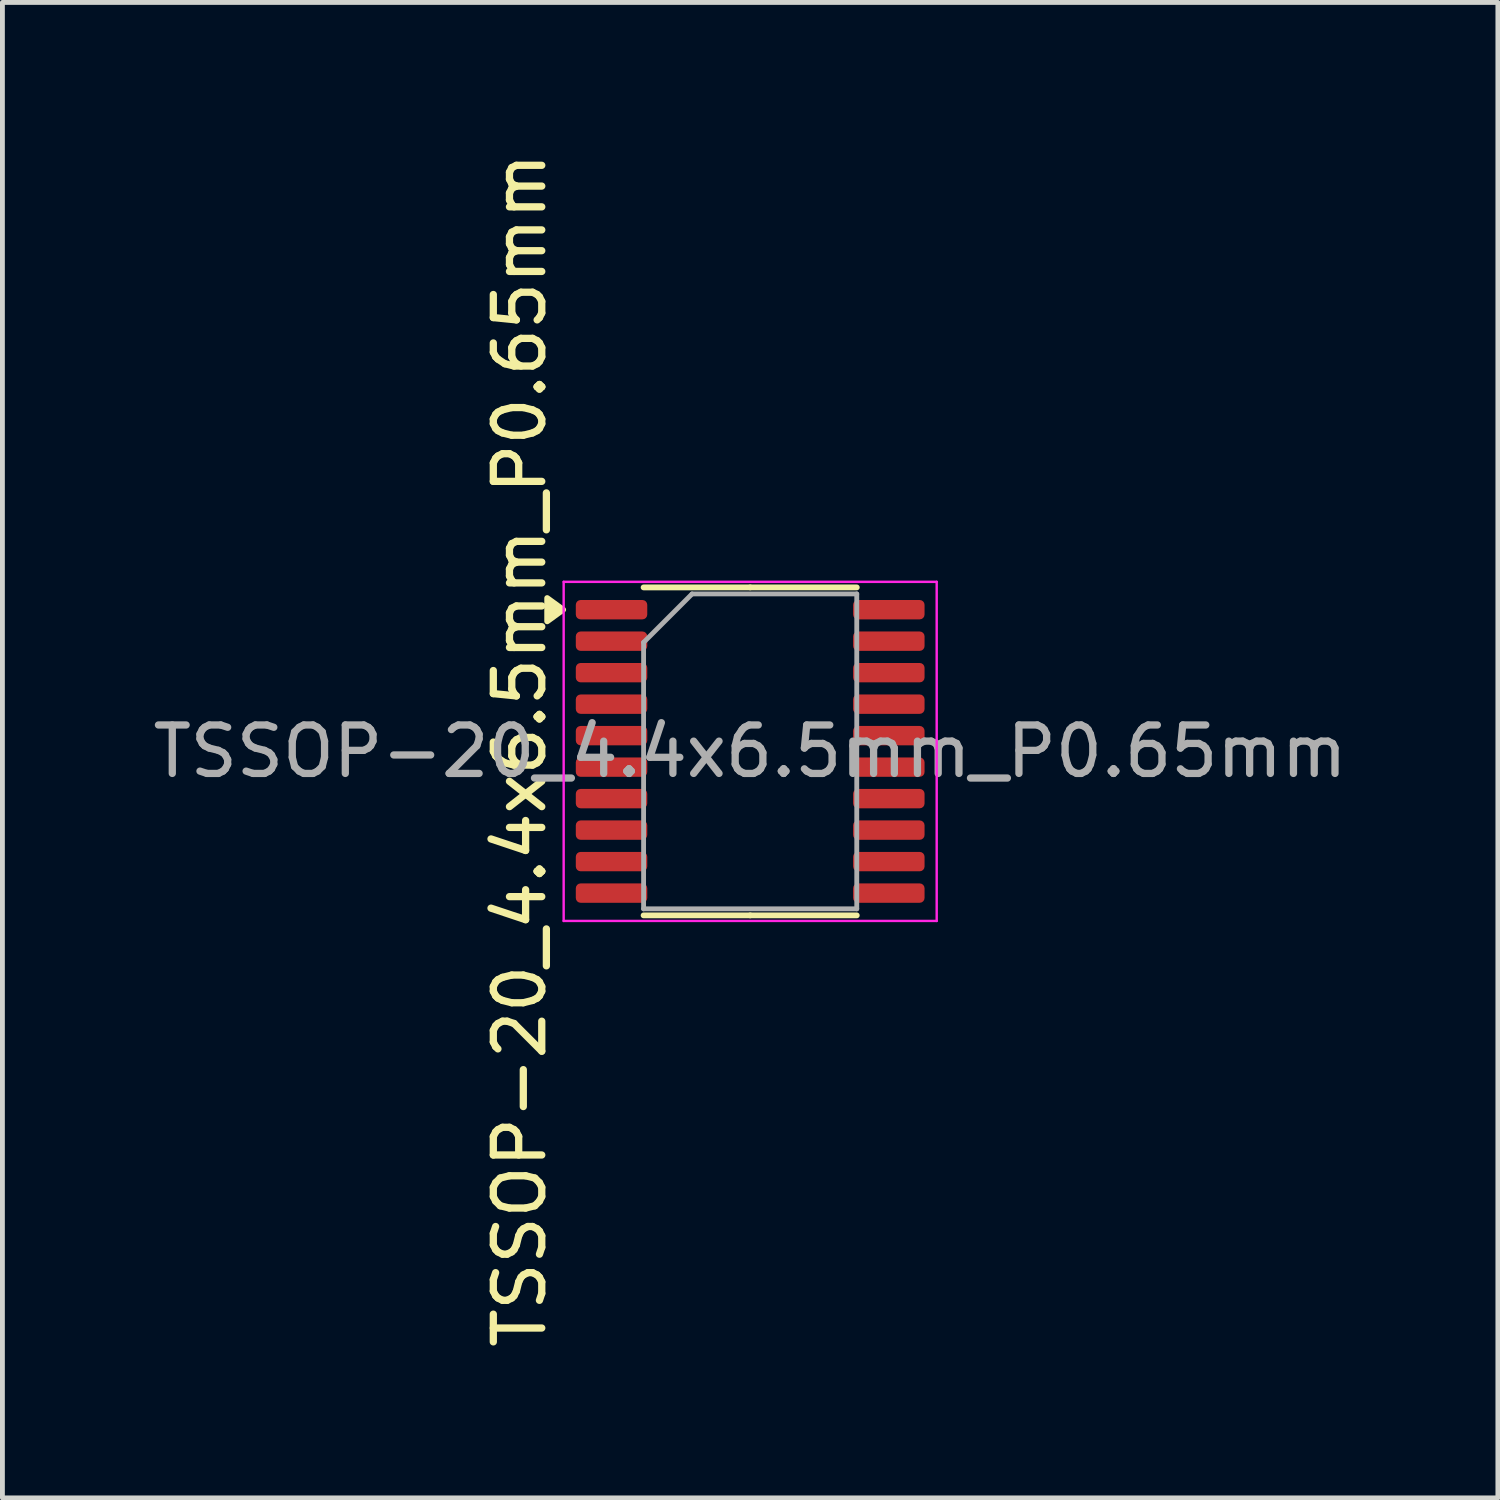
<source format=kicad_pcb>
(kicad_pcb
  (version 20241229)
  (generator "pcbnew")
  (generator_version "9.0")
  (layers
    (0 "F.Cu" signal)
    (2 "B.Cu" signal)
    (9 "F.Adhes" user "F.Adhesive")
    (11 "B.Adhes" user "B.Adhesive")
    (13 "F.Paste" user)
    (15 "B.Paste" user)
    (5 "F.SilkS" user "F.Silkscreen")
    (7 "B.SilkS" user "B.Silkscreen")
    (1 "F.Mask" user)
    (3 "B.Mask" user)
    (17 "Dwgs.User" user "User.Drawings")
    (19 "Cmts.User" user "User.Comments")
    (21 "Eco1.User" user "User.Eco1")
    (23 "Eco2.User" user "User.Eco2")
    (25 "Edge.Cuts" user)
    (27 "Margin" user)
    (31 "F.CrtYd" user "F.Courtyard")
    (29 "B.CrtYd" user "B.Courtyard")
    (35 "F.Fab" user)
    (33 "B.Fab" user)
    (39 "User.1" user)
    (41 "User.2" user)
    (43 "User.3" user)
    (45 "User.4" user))
  (footprint "TSSOP-20_4.4x6.5mm_P0.65mm"
    (layer "F.Cu")
    (at 12.435 12.46)
    (property "Reference" "TSSOP-20_4.4x6.5mm_P0.65mm" (at -4.757 -0.026 270) (layer "F.SilkS") (effects (font (size 1 1) (thickness 0.15))))
    (attr smd)
    (fp_line (start 0 -3.385) (end -2.2 -3.385) (stroke (width 0.12) (type solid)) (layer "F.SilkS"))
    (fp_line (start 0 -3.385) (end 2.2 -3.385) (stroke (width 0.12) (type solid)) (layer "F.SilkS"))
    (fp_line (start 0 3.385) (end -2.2 3.385) (stroke (width 0.12) (type solid)) (layer "F.SilkS"))
    (fp_line (start 0 3.385) (end 2.2 3.385) (stroke (width 0.12) (type solid)) (layer "F.SilkS"))
    (fp_poly (pts (xy -3.86 -2.925) (xy -4.19 -3.165) (xy -4.19 -2.685) (xy -3.86 -2.925)) (stroke (width 0.12) (type solid)) (fill yes) (layer "F.SilkS"))
    (fp_line (start -3.85 -3.5) (end -3.85 3.5) (stroke (width 0.05) (type solid)) (layer "F.CrtYd"))
    (fp_line (start -3.85 3.5) (end 3.85 3.5) (stroke (width 0.05) (type solid)) (layer "F.CrtYd"))
    (fp_line (start 3.85 -3.5) (end -3.85 -3.5) (stroke (width 0.05) (type solid)) (layer "F.CrtYd"))
    (fp_line (start 3.85 3.5) (end 3.85 -3.5) (stroke (width 0.05) (type solid)) (layer "F.CrtYd"))
    (fp_line (start -2.2 -2.25) (end -1.2 -3.25) (stroke (width 0.1) (type solid)) (layer "F.Fab"))
    (fp_line (start -2.2 3.25) (end -2.2 -2.25) (stroke (width 0.1) (type solid)) (layer "F.Fab"))
    (fp_line (start -1.2 -3.25) (end 2.2 -3.25) (stroke (width 0.1) (type solid)) (layer "F.Fab"))
    (fp_line (start 2.2 -3.25) (end 2.2 3.25) (stroke (width 0.1) (type solid)) (layer "F.Fab"))
    (fp_line (start 2.2 3.25) (end -2.2 3.25) (stroke (width 0.1) (type solid)) (layer "F.Fab"))
    (fp_text user "${REFERENCE}" (at 0 0 180) (layer "F.Fab") (effects (font (size 1 1) (thickness 0.15))))
    (pad "1" smd roundrect (at -2.862 -2.925) (size 1.475 0.4) (layers "F.Cu" "F.Mask" "F.Paste") (roundrect_rratio 0.25))
    (pad "2" smd roundrect (at -2.862 -2.275) (size 1.475 0.4) (layers "F.Cu" "F.Mask" "F.Paste") (roundrect_rratio 0.25))
    (pad "3" smd roundrect (at -2.862 -1.625) (size 1.475 0.4) (layers "F.Cu" "F.Mask" "F.Paste") (roundrect_rratio 0.25))
    (pad "4" smd roundrect (at -2.862 -0.975) (size 1.475 0.4) (layers "F.Cu" "F.Mask" "F.Paste") (roundrect_rratio 0.25))
    (pad "5" smd roundrect (at -2.862 -0.325) (size 1.475 0.4) (layers "F.Cu" "F.Mask" "F.Paste") (roundrect_rratio 0.25))
    (pad "6" smd roundrect (at -2.862 0.325) (size 1.475 0.4) (layers "F.Cu" "F.Mask" "F.Paste") (roundrect_rratio 0.25))
    (pad "7" smd roundrect (at -2.862 0.975) (size 1.475 0.4) (layers "F.Cu" "F.Mask" "F.Paste") (roundrect_rratio 0.25))
    (pad "8" smd roundrect (at -2.862 1.625) (size 1.475 0.4) (layers "F.Cu" "F.Mask" "F.Paste") (roundrect_rratio 0.25))
    (pad "9" smd roundrect (at -2.862 2.275) (size 1.475 0.4) (layers "F.Cu" "F.Mask" "F.Paste") (roundrect_rratio 0.25))
    (pad "10" smd roundrect (at -2.862 2.925) (size 1.475 0.4) (layers "F.Cu" "F.Mask" "F.Paste") (roundrect_rratio 0.25))
    (pad "11" smd roundrect (at 2.862 2.925) (size 1.475 0.4) (layers "F.Cu" "F.Mask" "F.Paste") (roundrect_rratio 0.25))
    (pad "12" smd roundrect (at 2.862 2.275) (size 1.475 0.4) (layers "F.Cu" "F.Mask" "F.Paste") (roundrect_rratio 0.25))
    (pad "13" smd roundrect (at 2.862 1.625) (size 1.475 0.4) (layers "F.Cu" "F.Mask" "F.Paste") (roundrect_rratio 0.25))
    (pad "14" smd roundrect (at 2.862 0.975) (size 1.475 0.4) (layers "F.Cu" "F.Mask" "F.Paste") (roundrect_rratio 0.25))
    (pad "15" smd roundrect (at 2.862 0.325) (size 1.475 0.4) (layers "F.Cu" "F.Mask" "F.Paste") (roundrect_rratio 0.25))
    (pad "16" smd roundrect (at 2.862 -0.325) (size 1.475 0.4) (layers "F.Cu" "F.Mask" "F.Paste") (roundrect_rratio 0.25))
    (pad "17" smd roundrect (at 2.862 -0.975) (size 1.475 0.4) (layers "F.Cu" "F.Mask" "F.Paste") (roundrect_rratio 0.25))
    (pad "18" smd roundrect (at 2.862 -1.625) (size 1.475 0.4) (layers "F.Cu" "F.Mask" "F.Paste") (roundrect_rratio 0.25))
    (pad "19" smd roundrect (at 2.862 -2.275) (size 1.475 0.4) (layers "F.Cu" "F.Mask" "F.Paste") (roundrect_rratio 0.25))
    (pad "20" smd roundrect (at 2.862 -2.925) (size 1.475 0.4) (layers "F.Cu" "F.Mask" "F.Paste") (roundrect_rratio 0.25)))
  (gr_rect
    (start -3 -3)
    (end 27.869 27.869)
    (stroke (width 0.1) (type default))
    (fill no)
    (layer "Edge.Cuts")))
</source>
